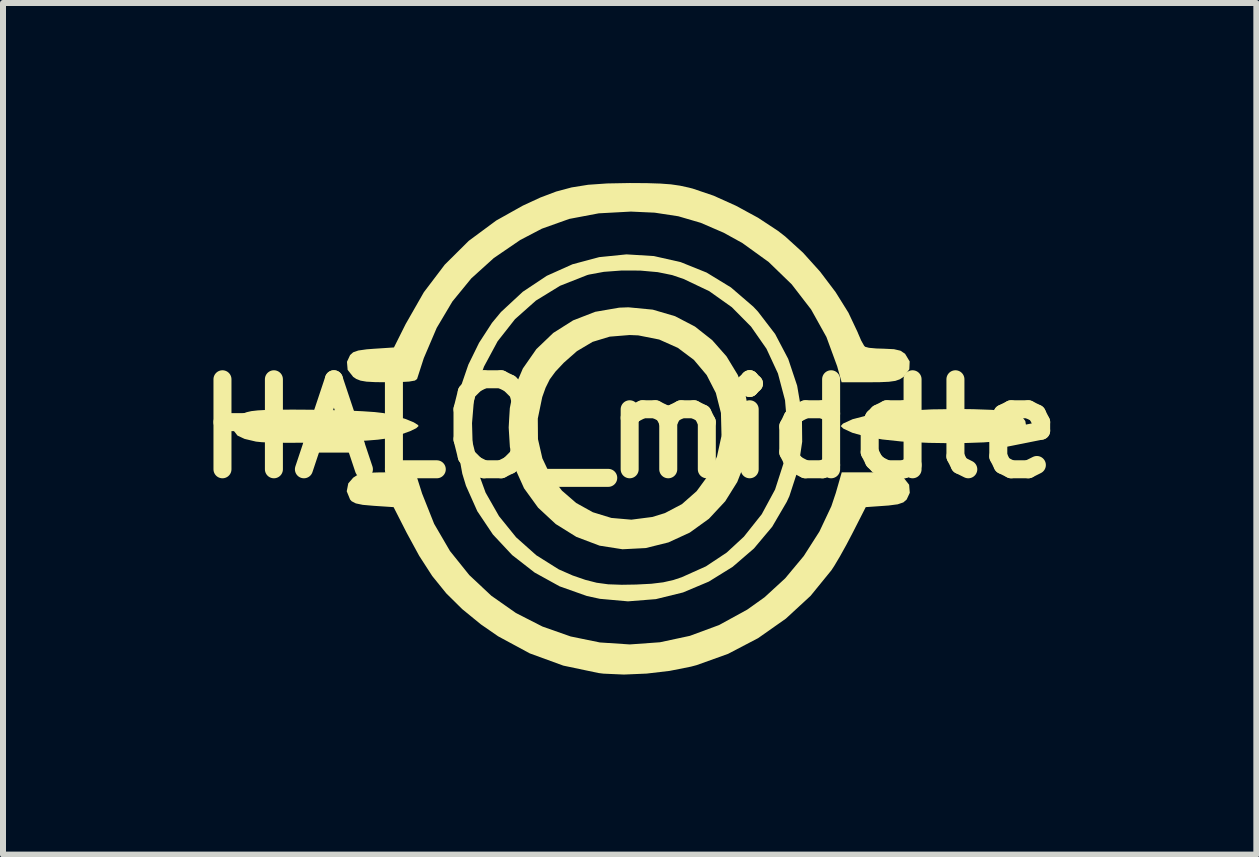
<source format=kicad_pcb>
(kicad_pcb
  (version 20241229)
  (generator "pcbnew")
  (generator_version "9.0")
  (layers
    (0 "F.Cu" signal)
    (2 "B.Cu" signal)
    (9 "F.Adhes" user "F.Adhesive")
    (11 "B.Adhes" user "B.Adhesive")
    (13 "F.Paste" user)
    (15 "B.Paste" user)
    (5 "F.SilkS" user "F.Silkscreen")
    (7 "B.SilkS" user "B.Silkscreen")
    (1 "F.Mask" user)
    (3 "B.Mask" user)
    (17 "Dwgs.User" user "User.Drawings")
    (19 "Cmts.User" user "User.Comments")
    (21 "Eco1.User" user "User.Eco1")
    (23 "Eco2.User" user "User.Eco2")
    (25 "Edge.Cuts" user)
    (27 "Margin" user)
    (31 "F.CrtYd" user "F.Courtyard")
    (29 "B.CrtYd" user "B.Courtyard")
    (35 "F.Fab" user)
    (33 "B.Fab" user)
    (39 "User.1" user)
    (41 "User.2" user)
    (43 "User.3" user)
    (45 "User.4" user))
  (footprint "HALO_middle"
    (layer "F.Cu")
    (at 7.443 4.092)
    (property "Reference" "HALO_middle" (at 0 0 0) (layer "F.SilkS") (effects (font (size 1.5 1.5) (thickness 0.3))))
    (attr board_only exclude_from_pos_files exclude_from_bom)
    (fp_poly (pts (xy 5.728 -0.323) (xy 6.037 -0.312) (xy 6.269 -0.289) (xy 6.433 -0.252) (xy 6.538 -0.199) (xy 6.593 -0.126) (xy 6.607 -0.043) (xy 6.595 0.05) (xy 6.541 0.111) (xy 6.447 0.159) (xy 6.329 0.189) (xy 6.141 0.212) (xy 5.898 0.23) (xy 5.614 0.24) (xy 5.305 0.243) (xy 4.986 0.238) (xy 4.671 0.224) (xy 4.527 0.215) (xy 4.209 0.181) (xy 3.932 0.132) (xy 3.711 0.07) (xy 3.561 0.000163) (xy 3.518 -0.041) (xy 3.552 -0.08) (xy 3.561 -0.086) (xy 3.717 -0.157) (xy 3.951 -0.217) (xy 4.253 -0.265) (xy 4.618 -0.299) (xy 5.035 -0.32) (xy 5.499 -0.326)) (stroke (width 0) (type solid)) (fill yes) (layer "F.SilkS"))
    (fp_poly (pts (xy -5.309 -0.314) (xy -4.998 -0.309) (xy -4.707 -0.301) (xy -4.451 -0.289) (xy -4.246 -0.275) (xy -4.108 -0.259) (xy -4.086 -0.255) (xy -3.896 -0.209) (xy -3.727 -0.157) (xy -3.598 -0.104) (xy -3.527 -0.059) (xy -3.518 -0.042) (xy -3.557 -0.006) (xy -3.658 0.043) (xy -3.803 0.095) (xy -3.969 0.144) (xy -4.076 0.169) (xy -4.196 0.185) (xy -4.383 0.2) (xy -4.62 0.213) (xy -4.889 0.224) (xy -5.175 0.231) (xy -5.459 0.236) (xy -5.724 0.237) (xy -5.953 0.234) (xy -6.129 0.227) (xy -6.227 0.217) (xy -6.417 0.172) (xy -6.535 0.117) (xy -6.594 0.041) (xy -6.607 -0.047) (xy -6.593 -0.139) (xy -6.536 -0.202) (xy -6.447 -0.249) (xy -6.383 -0.273) (xy -6.304 -0.291) (xy -6.198 -0.303) (xy -6.053 -0.311) (xy -5.857 -0.315) (xy -5.598 -0.316)) (stroke (width 0) (type solid)) (fill yes) (layer "F.SilkS"))
    (fp_poly (pts (xy 0.385 -1.982) (xy 0.756 -1.873) (xy 1.088 -1.7) (xy 1.375 -1.474) (xy 1.614 -1.203) (xy 1.801 -0.895) (xy 1.931 -0.559) (xy 1.999 -0.204) (xy 2.002 0.162) (xy 1.935 0.529) (xy 1.793 0.89) (xy 1.592 1.212) (xy 1.321 1.503) (xy 1.002 1.733) (xy 0.646 1.897) (xy 0.268 1.991) (xy -0.119 2.011) (xy -0.502 1.951) (xy -0.504 1.95) (xy -0.888 1.805) (xy -1.232 1.591) (xy -1.526 1.318) (xy -1.76 0.995) (xy -1.924 0.631) (xy -1.935 0.597) (xy -1.996 0.308) (xy -2.016 -0.017) (xy -2.008 -0.166) (xy -1.531 -0.166) (xy -1.528 0.176) (xy -1.455 0.495) (xy -1.319 0.783) (xy -1.129 1.034) (xy -0.891 1.24) (xy -0.614 1.394) (xy -0.305 1.489) (xy 0.028 1.518) (xy 0.377 1.473) (xy 0.588 1.408) (xy 0.871 1.259) (xy 1.116 1.043) (xy 1.314 0.773) (xy 1.455 0.465) (xy 1.528 0.132) (xy 1.53 0.103) (xy 1.521 -0.26) (xy 1.436 -0.594) (xy 1.283 -0.892) (xy 1.07 -1.145) (xy 0.803 -1.345) (xy 0.492 -1.484) (xy 0.144 -1.553) (xy 0 -1.559) (xy -0.332 -1.532) (xy -0.618 -1.445) (xy -0.879 -1.29) (xy -1.097 -1.098) (xy -1.238 -0.948) (xy -1.332 -0.82) (xy -1.401 -0.681) (xy -1.457 -0.524) (xy -1.531 -0.166) (xy -2.008 -0.166) (xy -1.997 -0.342) (xy -1.939 -0.629) (xy -1.938 -0.632) (xy -1.78 -1.001) (xy -1.555 -1.324) (xy -1.273 -1.594) (xy -0.943 -1.803) (xy -0.574 -1.946) (xy -0.175 -2.015) (xy -0.021 -2.021)) (stroke (width 0) (type solid)) (fill yes) (layer "F.SilkS"))
    (fp_poly (pts (xy -3.459 1.083) (xy -3.258 1.588) (xy -2.994 2.041) (xy -2.673 2.441) (xy -2.305 2.786) (xy -1.896 3.073) (xy -1.453 3.299) (xy -0.984 3.464) (xy -0.497 3.564) (xy 0.002 3.597) (xy 0.504 3.561) (xy 1.003 3.454) (xy 1.49 3.274) (xy 1.959 3.017) (xy 2.248 2.811) (xy 2.591 2.496) (xy 2.901 2.124) (xy 3.162 1.716) (xy 3.361 1.294) (xy 3.435 1.073) (xy 3.534 0.729) (xy 3.992 0.729) (xy 4.204 0.731) (xy 4.349 0.74) (xy 4.447 0.757) (xy 4.517 0.786) (xy 4.564 0.818) (xy 4.657 0.936) (xy 4.668 1.07) (xy 4.616 1.182) (xy 4.561 1.23) (xy 4.467 1.262) (xy 4.314 1.282) (xy 4.244 1.287) (xy 3.934 1.309) (xy 3.715 1.739) (xy 3.611 1.937) (xy 3.505 2.128) (xy 3.411 2.286) (xy 3.362 2.361) (xy 3.015 2.787) (xy 2.603 3.167) (xy 2.141 3.492) (xy 1.64 3.754) (xy 1.116 3.942) (xy 1.022 3.967) (xy 0.665 4.038) (xy 0.282 4.083) (xy -0.096 4.099) (xy -0.436 4.084) (xy -0.517 4.074) (xy -1.106 3.95) (xy -1.665 3.746) (xy -2.191 3.462) (xy -2.479 3.263) (xy -2.791 3.008) (xy -3.056 2.746) (xy -3.29 2.457) (xy -3.507 2.121) (xy -3.715 1.739) (xy -3.934 1.309) (xy -4.266 1.287) (xy -4.448 1.271) (xy -4.563 1.247) (xy -4.633 1.211) (xy -4.659 1.182) (xy -4.715 1.045) (xy -4.689 0.913) (xy -4.607 0.818) (xy -4.545 0.778) (xy -4.47 0.752) (xy -4.363 0.737) (xy -4.205 0.731) (xy -4.032 0.729) (xy -3.571 0.729)) (stroke (width 0) (type solid)) (fill yes) (layer "F.SilkS"))
    (fp_poly (pts (xy 0.288 -4.09) (xy 0.51 -4.083) (xy 0.687 -4.07) (xy 0.838 -4.048) (xy 0.985 -4.016) (xy 1.051 -3.999) (xy 1.399 -3.881) (xy 1.772 -3.713) (xy 2.14 -3.513) (xy 2.471 -3.295) (xy 2.591 -3.202) (xy 2.888 -2.932) (xy 3.173 -2.616) (xy 3.431 -2.275) (xy 3.645 -1.932) (xy 3.799 -1.606) (xy 3.806 -1.588) (xy 3.858 -1.467) (xy 3.906 -1.382) (xy 3.924 -1.363) (xy 3.988 -1.346) (xy 4.11 -1.335) (xy 4.237 -1.331) (xy 4.404 -1.323) (xy 4.512 -1.298) (xy 4.586 -1.249) (xy 4.591 -1.244) (xy 4.666 -1.119) (xy 4.66 -0.988) (xy 4.574 -0.87) (xy 4.564 -0.861) (xy 4.502 -0.821) (xy 4.427 -0.795) (xy 4.32 -0.78) (xy 4.161 -0.773) (xy 3.991 -0.772) (xy 3.532 -0.772) (xy 3.458 -1.038) (xy 3.279 -1.526) (xy 3.024 -1.984) (xy 2.7 -2.404) (xy 2.316 -2.776) (xy 1.878 -3.092) (xy 1.566 -3.264) (xy 1.184 -3.429) (xy 0.811 -3.538) (xy 0.417 -3.598) (xy 0.021 -3.616) (xy -0.515 -3.587) (xy -1.006 -3.494) (xy -1.463 -3.331) (xy -1.823 -3.143) (xy -2.264 -2.842) (xy -2.639 -2.503) (xy -2.954 -2.118) (xy -3.216 -1.677) (xy -3.431 -1.173) (xy -3.543 -0.826) (xy -3.579 -0.8) (xy -3.677 -0.783) (xy -3.845 -0.774) (xy -4.026 -0.772) (xy -4.239 -0.774) (xy -4.386 -0.782) (xy -4.485 -0.799) (xy -4.556 -0.827) (xy -4.607 -0.861) (xy -4.7 -0.979) (xy -4.711 -1.113) (xy -4.659 -1.225) (xy -4.608 -1.271) (xy -4.522 -1.301) (xy -4.382 -1.321) (xy -4.263 -1.33) (xy -3.928 -1.352) (xy -3.734 -1.74) (xy -3.43 -2.272) (xy -3.081 -2.732) (xy -2.681 -3.129) (xy -2.224 -3.467) (xy -1.781 -3.715) (xy -1.489 -3.85) (xy -1.225 -3.95) (xy -0.967 -4.019) (xy -0.691 -4.063) (xy -0.376 -4.085) (xy 0 -4.092)) (stroke (width 0) (type solid)) (fill yes) (layer "F.SilkS"))
    (fp_poly (pts (xy 0.403 -2.875) (xy 0.85 -2.774) (xy 1.282 -2.6) (xy 1.688 -2.352) (xy 2.061 -2.031) (xy 2.138 -1.949) (xy 2.424 -1.576) (xy 2.642 -1.161) (xy 2.791 -0.715) (xy 2.87 -0.251) (xy 2.875 0.219) (xy 2.806 0.682) (xy 2.661 1.127) (xy 2.617 1.222) (xy 2.375 1.636) (xy 2.071 1.998) (xy 1.716 2.304) (xy 1.319 2.55) (xy 0.889 2.731) (xy 0.437 2.842) (xy -0.028 2.879) (xy -0.496 2.837) (xy -0.713 2.79) (xy -1.167 2.629) (xy -1.584 2.399) (xy -1.958 2.108) (xy -2.279 1.765) (xy -2.539 1.377) (xy -2.728 0.953) (xy -2.789 0.752) (xy -2.842 0.462) (xy -2.87 0.134) (xy -2.871 -0.09) (xy -2.627 -0.09) (xy -2.617 0.266) (xy -2.568 0.592) (xy -2.555 0.644) (xy -2.401 1.067) (xy -2.177 1.46) (xy -1.892 1.812) (xy -1.556 2.111) (xy -1.182 2.346) (xy -0.95 2.448) (xy -0.738 2.521) (xy -0.55 2.569) (xy -0.358 2.595) (xy -0.132 2.603) (xy 0.107 2.599) (xy 0.361 2.586) (xy 0.559 2.562) (xy 0.73 2.523) (xy 0.868 2.477) (xy 1.271 2.296) (xy 1.617 2.066) (xy 1.903 1.802) (xy 2.201 1.427) (xy 2.423 1.016) (xy 2.565 0.575) (xy 2.627 0.11) (xy 2.629 0) (xy 2.589 -0.472) (xy 2.471 -0.918) (xy 2.28 -1.33) (xy 2.022 -1.7) (xy 1.702 -2.023) (xy 1.326 -2.29) (xy 0.899 -2.493) (xy 0.708 -2.558) (xy 0.467 -2.607) (xy 0.176 -2.633) (xy -0.134 -2.634) (xy -0.43 -2.612) (xy -0.679 -2.566) (xy -0.708 -2.558) (xy -1.159 -2.38) (xy -1.562 -2.133) (xy -1.911 -1.823) (xy -2.201 -1.454) (xy -2.427 -1.034) (xy -2.531 -0.751) (xy -2.598 -0.441) (xy -2.627 -0.09) (xy -2.871 -0.09) (xy -2.872 -0.201) (xy -2.847 -0.511) (xy -2.81 -0.71) (xy -2.688 -1.066) (xy -2.51 -1.429) (xy -2.294 -1.762) (xy -2.145 -1.942) (xy -1.781 -2.28) (xy -1.381 -2.546) (xy -0.953 -2.738) (xy -0.508 -2.857) (xy -0.053 -2.903)) (stroke (width 0) (type solid)) (fill yes) (layer "F.SilkS")))
  (gr_rect
    (start -3 -3)
    (end 17.886 11.191)
    (stroke (width 0.1) (type default))
    (fill no)
    (layer "Edge.Cuts")))
</source>
